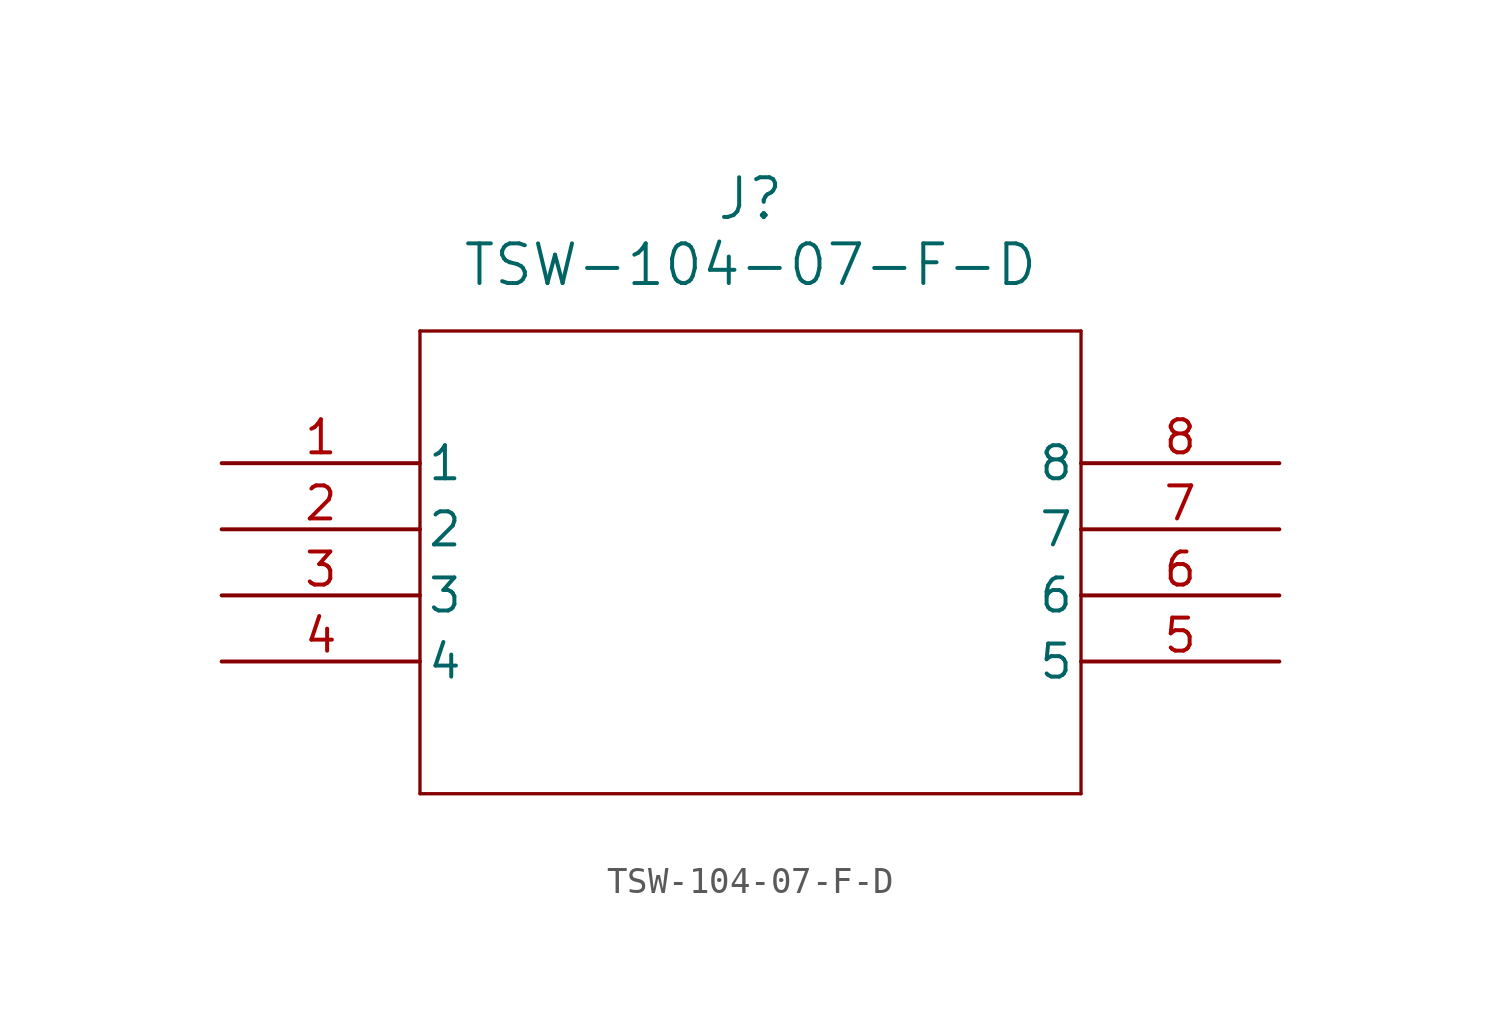
<source format=kicad_sym>
(kicad_symbol_lib
  (version 20211014)
  (generator kicad_symbol_editor)
  (symbol "TSW-104-07-F-D"
    (pin_names
      (offset 0.254))
    (property "Reference" "J"
      (at 20.32 10.16 0)
      (effects (font (size 1.524 1.524))))
    (property "Value" "TSW-104-07-F-D"
      (at 20.32 7.62 0)
      (effects (font (size 1.524 1.524))))
    (symbol "TSW-104-07-F-D_0_1"
      (polyline (pts (xy 7.62 5.08) (xy 7.62 -12.7)) (stroke (width 0.127) (type default) (color 0 0 0 0)) (fill (type none)))
      (polyline (pts (xy 7.62 -12.7) (xy 33.02 -12.7)) (stroke (width 0.127) (type default) (color 0 0 0 0)) (fill (type none)))
      (polyline (pts (xy 33.02 -12.7) (xy 33.02 5.08)) (stroke (width 0.127) (type default) (color 0 0 0 0)) (fill (type none)))
      (polyline (pts (xy 33.02 5.08) (xy 7.62 5.08)) (stroke (width 0.127) (type default) (color 0 0 0 0)) (fill (type none)))
      (pin unspecified line (at 0 0 0) (length 7.62) (name "1" (effects (font (size 1.27 1.27)))) (number "1" (effects (font (size 1.27 1.27)))))
      (pin unspecified line (at 0 -2.54 0) (length 7.62) (name "2" (effects (font (size 1.27 1.27)))) (number "2" (effects (font (size 1.27 1.27)))))
      (pin unspecified line (at 0 -5.08 0) (length 7.62) (name "3" (effects (font (size 1.27 1.27)))) (number "3" (effects (font (size 1.27 1.27)))))
      (pin unspecified line (at 0 -7.62 0) (length 7.62) (name "4" (effects (font (size 1.27 1.27)))) (number "4" (effects (font (size 1.27 1.27)))))
      (pin unspecified line (at 40.64 -7.62 180) (length 7.62) (name "5" (effects (font (size 1.27 1.27)))) (number "5" (effects (font (size 1.27 1.27)))))
      (pin unspecified line (at 40.64 -5.08 180) (length 7.62) (name "6" (effects (font (size 1.27 1.27)))) (number "6" (effects (font (size 1.27 1.27)))))
      (pin unspecified line (at 40.64 -2.54 180) (length 7.62) (name "7" (effects (font (size 1.27 1.27)))) (number "7" (effects (font (size 1.27 1.27)))))
      (pin unspecified line (at 40.64 0 180) (length 7.62) (name "8" (effects (font (size 1.27 1.27)))) (number "8" (effects (font (size 1.27 1.27))))))))
</source>
